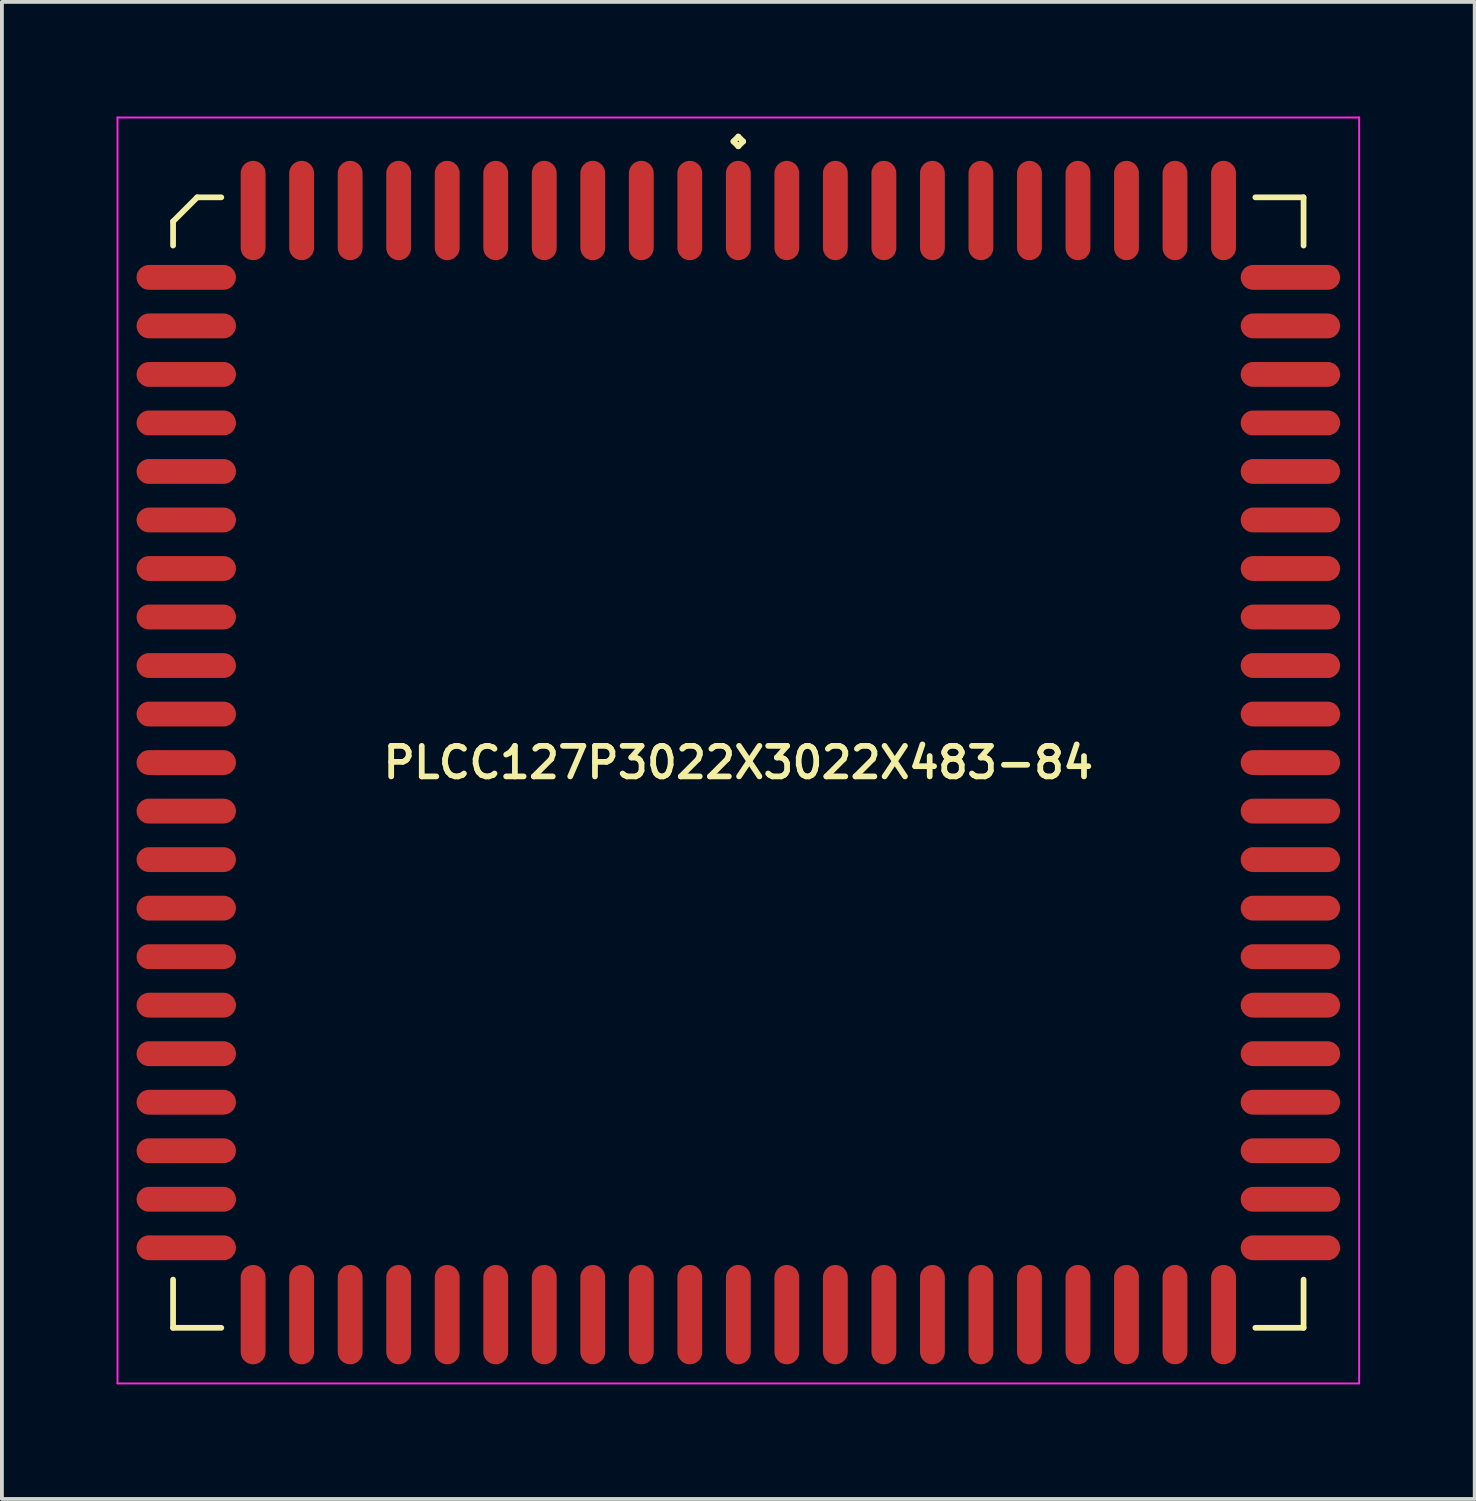
<source format=kicad_pcb>
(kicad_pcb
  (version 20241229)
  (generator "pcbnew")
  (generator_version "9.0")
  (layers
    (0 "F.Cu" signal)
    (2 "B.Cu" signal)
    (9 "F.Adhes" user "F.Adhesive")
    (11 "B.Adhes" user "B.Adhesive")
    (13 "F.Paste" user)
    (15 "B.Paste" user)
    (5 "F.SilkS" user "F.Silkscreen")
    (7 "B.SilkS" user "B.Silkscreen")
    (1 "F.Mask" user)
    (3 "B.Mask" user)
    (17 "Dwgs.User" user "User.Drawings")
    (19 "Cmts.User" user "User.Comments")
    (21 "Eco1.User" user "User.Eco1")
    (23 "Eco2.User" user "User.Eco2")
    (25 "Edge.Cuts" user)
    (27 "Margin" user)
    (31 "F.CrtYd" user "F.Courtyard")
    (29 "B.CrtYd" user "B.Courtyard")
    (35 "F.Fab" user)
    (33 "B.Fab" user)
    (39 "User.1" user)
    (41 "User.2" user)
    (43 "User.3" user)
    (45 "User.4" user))
  (footprint "PLCC127P3022X3022X483-84"
    (layer "F.Cu")
    (at 16.275 16.91)
    (property "Reference" "PLCC127P3022X3022X483-84" (at 0 0 0) (layer "F.SilkS") (effects (font (size 0.8 0.8) (thickness 0.15))))
    (attr smd)
    (fp_line (start -14.795 -14.164) (end -14.164 -14.795) (stroke (width 0.15) (type solid)) (layer "F.SilkS"))
    (fp_line (start -14.795 -13.533) (end -14.795 -14.164) (stroke (width 0.15) (type solid)) (layer "F.SilkS"))
    (fp_line (start -14.795 13.533) (end -14.795 14.795) (stroke (width 0.15) (type solid)) (layer "F.SilkS"))
    (fp_line (start -14.795 14.795) (end -13.533 14.795) (stroke (width 0.15) (type solid)) (layer "F.SilkS"))
    (fp_line (start -14.164 -14.795) (end -13.533 -14.795) (stroke (width 0.15) (type solid)) (layer "F.SilkS"))
    (fp_line (start -0.127 -16.258) (end 0 -16.385) (stroke (width 0.15) (type solid)) (layer "F.SilkS"))
    (fp_line (start 0 -16.385) (end 0.127 -16.258) (stroke (width 0.15) (type solid)) (layer "F.SilkS"))
    (fp_line (start 0 -16.131) (end -0.127 -16.258) (stroke (width 0.15) (type solid)) (layer "F.SilkS"))
    (fp_line (start 0.127 -16.258) (end 0 -16.131) (stroke (width 0.15) (type solid)) (layer "F.SilkS"))
    (fp_line (start 14.795 -14.795) (end 13.533 -14.795) (stroke (width 0.15) (type solid)) (layer "F.SilkS"))
    (fp_line (start 14.795 -13.533) (end 14.795 -14.795) (stroke (width 0.15) (type solid)) (layer "F.SilkS"))
    (fp_line (start 14.795 13.533) (end 14.795 14.795) (stroke (width 0.15) (type solid)) (layer "F.SilkS"))
    (fp_line (start 14.795 14.795) (end 13.533 14.795) (stroke (width 0.15) (type solid)) (layer "F.SilkS"))
    (fp_line (start -16.25 -16.885) (end 16.25 -16.885) (stroke (width 0.05) (type solid)) (layer "F.CrtYd"))
    (fp_line (start -16.25 16.25) (end -16.25 -16.885) (stroke (width 0.05) (type solid)) (layer "F.CrtYd"))
    (fp_line (start 16.25 -16.885) (end 16.25 16.25) (stroke (width 0.05) (type solid)) (layer "F.CrtYd"))
    (fp_line (start 16.25 16.25) (end -16.25 16.25) (stroke (width 0.05) (type solid)) (layer "F.CrtYd"))
    (pad "1" smd oval (at 0 -14.45) (size 0.65 2.6) (layers "F.Cu" "F.Mask" "F.Paste"))
    (pad "2" smd oval (at -1.27 -14.45) (size 0.65 2.6) (layers "F.Cu" "F.Mask" "F.Paste"))
    (pad "3" smd oval (at -2.54 -14.45) (size 0.65 2.6) (layers "F.Cu" "F.Mask" "F.Paste"))
    (pad "4" smd oval (at -3.81 -14.45) (size 0.65 2.6) (layers "F.Cu" "F.Mask" "F.Paste"))
    (pad "5" smd oval (at -5.08 -14.45) (size 0.65 2.6) (layers "F.Cu" "F.Mask" "F.Paste"))
    (pad "6" smd oval (at -6.35 -14.45) (size 0.65 2.6) (layers "F.Cu" "F.Mask" "F.Paste"))
    (pad "7" smd oval (at -7.62 -14.45) (size 0.65 2.6) (layers "F.Cu" "F.Mask" "F.Paste"))
    (pad "8" smd oval (at -8.89 -14.45) (size 0.65 2.6) (layers "F.Cu" "F.Mask" "F.Paste"))
    (pad "9" smd oval (at -10.16 -14.45) (size 0.65 2.6) (layers "F.Cu" "F.Mask" "F.Paste"))
    (pad "10" smd oval (at -11.43 -14.45) (size 0.65 2.6) (layers "F.Cu" "F.Mask" "F.Paste"))
    (pad "11" smd oval (at -12.7 -14.45) (size 0.65 2.6) (layers "F.Cu" "F.Mask" "F.Paste"))
    (pad "12" smd oval (at -14.45 -12.7) (size 2.6 0.65) (layers "F.Cu" "F.Mask" "F.Paste"))
    (pad "13" smd oval (at -14.45 -11.43) (size 2.6 0.65) (layers "F.Cu" "F.Mask" "F.Paste"))
    (pad "14" smd oval (at -14.45 -10.16) (size 2.6 0.65) (layers "F.Cu" "F.Mask" "F.Paste"))
    (pad "15" smd oval (at -14.45 -8.89) (size 2.6 0.65) (layers "F.Cu" "F.Mask" "F.Paste"))
    (pad "16" smd oval (at -14.45 -7.62) (size 2.6 0.65) (layers "F.Cu" "F.Mask" "F.Paste"))
    (pad "17" smd oval (at -14.45 -6.35) (size 2.6 0.65) (layers "F.Cu" "F.Mask" "F.Paste"))
    (pad "18" smd oval (at -14.45 -5.08) (size 2.6 0.65) (layers "F.Cu" "F.Mask" "F.Paste"))
    (pad "19" smd oval (at -14.45 -3.81) (size 2.6 0.65) (layers "F.Cu" "F.Mask" "F.Paste"))
    (pad "20" smd oval (at -14.45 -2.54) (size 2.6 0.65) (layers "F.Cu" "F.Mask" "F.Paste"))
    (pad "21" smd oval (at -14.45 -1.27) (size 2.6 0.65) (layers "F.Cu" "F.Mask" "F.Paste"))
    (pad "22" smd oval (at -14.45 0) (size 2.6 0.65) (layers "F.Cu" "F.Mask" "F.Paste"))
    (pad "23" smd oval (at -14.45 1.27) (size 2.6 0.65) (layers "F.Cu" "F.Mask" "F.Paste"))
    (pad "24" smd oval (at -14.45 2.54) (size 2.6 0.65) (layers "F.Cu" "F.Mask" "F.Paste"))
    (pad "25" smd oval (at -14.45 3.81) (size 2.6 0.65) (layers "F.Cu" "F.Mask" "F.Paste"))
    (pad "26" smd oval (at -14.45 5.08) (size 2.6 0.65) (layers "F.Cu" "F.Mask" "F.Paste"))
    (pad "27" smd oval (at -14.45 6.35) (size 2.6 0.65) (layers "F.Cu" "F.Mask" "F.Paste"))
    (pad "28" smd oval (at -14.45 7.62) (size 2.6 0.65) (layers "F.Cu" "F.Mask" "F.Paste"))
    (pad "29" smd oval (at -14.45 8.89) (size 2.6 0.65) (layers "F.Cu" "F.Mask" "F.Paste"))
    (pad "30" smd oval (at -14.45 10.16) (size 2.6 0.65) (layers "F.Cu" "F.Mask" "F.Paste"))
    (pad "31" smd oval (at -14.45 11.43) (size 2.6 0.65) (layers "F.Cu" "F.Mask" "F.Paste"))
    (pad "32" smd oval (at -14.45 12.7) (size 2.6 0.65) (layers "F.Cu" "F.Mask" "F.Paste"))
    (pad "33" smd oval (at -12.7 14.45) (size 0.65 2.6) (layers "F.Cu" "F.Mask" "F.Paste"))
    (pad "34" smd oval (at -11.43 14.45) (size 0.65 2.6) (layers "F.Cu" "F.Mask" "F.Paste"))
    (pad "35" smd oval (at -10.16 14.45) (size 0.65 2.6) (layers "F.Cu" "F.Mask" "F.Paste"))
    (pad "36" smd oval (at -8.89 14.45) (size 0.65 2.6) (layers "F.Cu" "F.Mask" "F.Paste"))
    (pad "37" smd oval (at -7.62 14.45) (size 0.65 2.6) (layers "F.Cu" "F.Mask" "F.Paste"))
    (pad "38" smd oval (at -6.35 14.45) (size 0.65 2.6) (layers "F.Cu" "F.Mask" "F.Paste"))
    (pad "39" smd oval (at -5.08 14.45) (size 0.65 2.6) (layers "F.Cu" "F.Mask" "F.Paste"))
    (pad "40" smd oval (at -3.81 14.45) (size 0.65 2.6) (layers "F.Cu" "F.Mask" "F.Paste"))
    (pad "41" smd oval (at -2.54 14.45) (size 0.65 2.6) (layers "F.Cu" "F.Mask" "F.Paste"))
    (pad "42" smd oval (at -1.27 14.45) (size 0.65 2.6) (layers "F.Cu" "F.Mask" "F.Paste"))
    (pad "43" smd oval (at 0 14.45) (size 0.65 2.6) (layers "F.Cu" "F.Mask" "F.Paste"))
    (pad "44" smd oval (at 1.27 14.45) (size 0.65 2.6) (layers "F.Cu" "F.Mask" "F.Paste"))
    (pad "45" smd oval (at 2.54 14.45) (size 0.65 2.6) (layers "F.Cu" "F.Mask" "F.Paste"))
    (pad "46" smd oval (at 3.81 14.45) (size 0.65 2.6) (layers "F.Cu" "F.Mask" "F.Paste"))
    (pad "47" smd oval (at 5.08 14.45) (size 0.65 2.6) (layers "F.Cu" "F.Mask" "F.Paste"))
    (pad "48" smd oval (at 6.35 14.45) (size 0.65 2.6) (layers "F.Cu" "F.Mask" "F.Paste"))
    (pad "49" smd oval (at 7.62 14.45) (size 0.65 2.6) (layers "F.Cu" "F.Mask" "F.Paste"))
    (pad "50" smd oval (at 8.89 14.45) (size 0.65 2.6) (layers "F.Cu" "F.Mask" "F.Paste"))
    (pad "51" smd oval (at 10.16 14.45) (size 0.65 2.6) (layers "F.Cu" "F.Mask" "F.Paste"))
    (pad "52" smd oval (at 11.43 14.45) (size 0.65 2.6) (layers "F.Cu" "F.Mask" "F.Paste"))
    (pad "53" smd oval (at 12.7 14.45) (size 0.65 2.6) (layers "F.Cu" "F.Mask" "F.Paste"))
    (pad "54" smd oval (at 14.45 12.7) (size 2.6 0.65) (layers "F.Cu" "F.Mask" "F.Paste"))
    (pad "55" smd oval (at 14.45 11.43) (size 2.6 0.65) (layers "F.Cu" "F.Mask" "F.Paste"))
    (pad "56" smd oval (at 14.45 10.16) (size 2.6 0.65) (layers "F.Cu" "F.Mask" "F.Paste"))
    (pad "57" smd oval (at 14.45 8.89) (size 2.6 0.65) (layers "F.Cu" "F.Mask" "F.Paste"))
    (pad "58" smd oval (at 14.45 7.62) (size 2.6 0.65) (layers "F.Cu" "F.Mask" "F.Paste"))
    (pad "59" smd oval (at 14.45 6.35) (size 2.6 0.65) (layers "F.Cu" "F.Mask" "F.Paste"))
    (pad "60" smd oval (at 14.45 5.08) (size 2.6 0.65) (layers "F.Cu" "F.Mask" "F.Paste"))
    (pad "61" smd oval (at 14.45 3.81) (size 2.6 0.65) (layers "F.Cu" "F.Mask" "F.Paste"))
    (pad "62" smd oval (at 14.45 2.54) (size 2.6 0.65) (layers "F.Cu" "F.Mask" "F.Paste"))
    (pad "63" smd oval (at 14.45 1.27) (size 2.6 0.65) (layers "F.Cu" "F.Mask" "F.Paste"))
    (pad "64" smd oval (at 14.45 0) (size 2.6 0.65) (layers "F.Cu" "F.Mask" "F.Paste"))
    (pad "65" smd oval (at 14.45 -1.27) (size 2.6 0.65) (layers "F.Cu" "F.Mask" "F.Paste"))
    (pad "66" smd oval (at 14.45 -2.54) (size 2.6 0.65) (layers "F.Cu" "F.Mask" "F.Paste"))
    (pad "67" smd oval (at 14.45 -3.81) (size 2.6 0.65) (layers "F.Cu" "F.Mask" "F.Paste"))
    (pad "68" smd oval (at 14.45 -5.08) (size 2.6 0.65) (layers "F.Cu" "F.Mask" "F.Paste"))
    (pad "69" smd oval (at 14.45 -6.35) (size 2.6 0.65) (layers "F.Cu" "F.Mask" "F.Paste"))
    (pad "70" smd oval (at 14.45 -7.62) (size 2.6 0.65) (layers "F.Cu" "F.Mask" "F.Paste"))
    (pad "71" smd oval (at 14.45 -8.89) (size 2.6 0.65) (layers "F.Cu" "F.Mask" "F.Paste"))
    (pad "72" smd oval (at 14.45 -10.16) (size 2.6 0.65) (layers "F.Cu" "F.Mask" "F.Paste"))
    (pad "73" smd oval (at 14.45 -11.43) (size 2.6 0.65) (layers "F.Cu" "F.Mask" "F.Paste"))
    (pad "74" smd oval (at 14.45 -12.7) (size 2.6 0.65) (layers "F.Cu" "F.Mask" "F.Paste"))
    (pad "75" smd oval (at 12.7 -14.45) (size 0.65 2.6) (layers "F.Cu" "F.Mask" "F.Paste"))
    (pad "76" smd oval (at 11.43 -14.45) (size 0.65 2.6) (layers "F.Cu" "F.Mask" "F.Paste"))
    (pad "77" smd oval (at 10.16 -14.45) (size 0.65 2.6) (layers "F.Cu" "F.Mask" "F.Paste"))
    (pad "78" smd oval (at 8.89 -14.45) (size 0.65 2.6) (layers "F.Cu" "F.Mask" "F.Paste"))
    (pad "79" smd oval (at 7.62 -14.45) (size 0.65 2.6) (layers "F.Cu" "F.Mask" "F.Paste"))
    (pad "80" smd oval (at 6.35 -14.45) (size 0.65 2.6) (layers "F.Cu" "F.Mask" "F.Paste"))
    (pad "81" smd oval (at 5.08 -14.45) (size 0.65 2.6) (layers "F.Cu" "F.Mask" "F.Paste"))
    (pad "82" smd oval (at 3.81 -14.45) (size 0.65 2.6) (layers "F.Cu" "F.Mask" "F.Paste"))
    (pad "83" smd oval (at 2.54 -14.45) (size 0.65 2.6) (layers "F.Cu" "F.Mask" "F.Paste"))
    (pad "84" smd oval (at 1.27 -14.45) (size 0.65 2.6) (layers "F.Cu" "F.Mask" "F.Paste")))
  (gr_rect
    (start -3 -3)
    (end 35.55 36.185)
    (stroke (width 0.1) (type default))
    (fill no)
    (layer "Edge.Cuts")))
</source>
